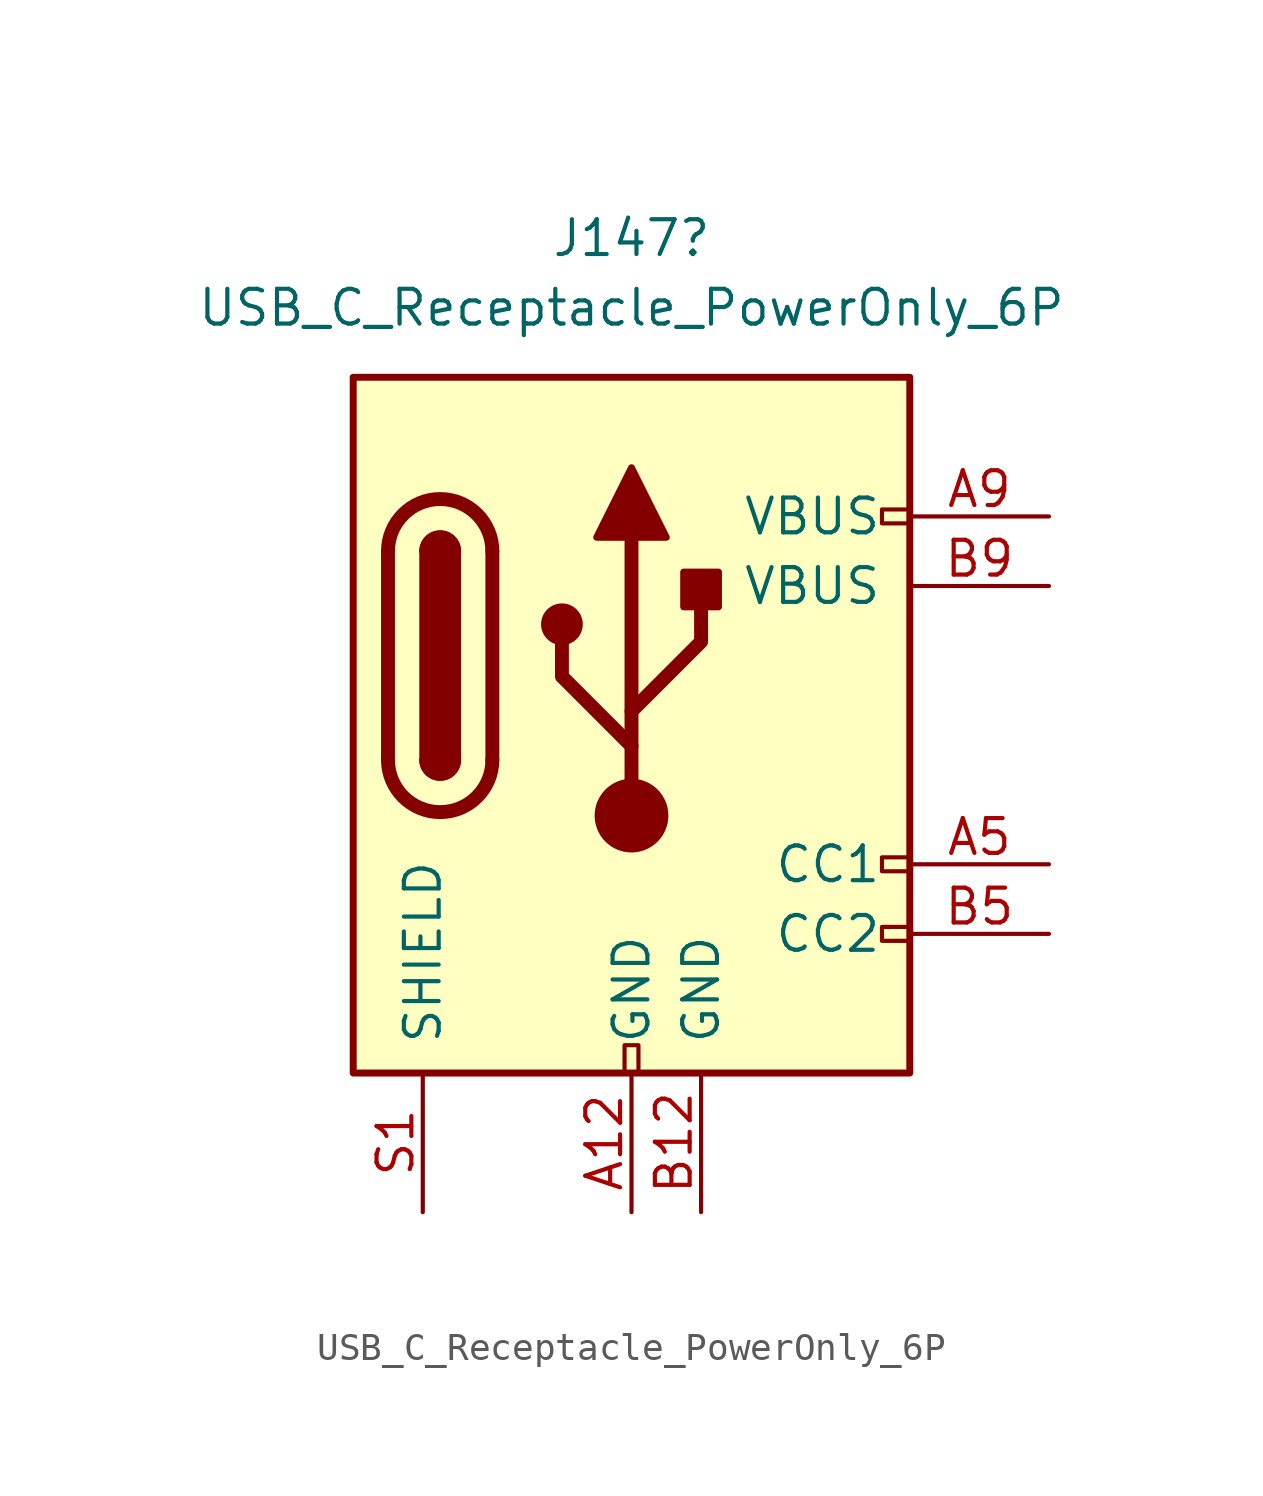
<source format=kicad_sym>
(kicad_symbol_lib
  (version 20211014)
  (generator kicad_symbol_editor)
  (symbol "USB_C_Receptacle_PowerOnly_6P"
    (pin_names
      (offset 1.016))
    (property "Reference" "J147"
      (at 0 17.78 0)
      (effects (font (size 1.27 1.27))))
    (property "Value" "USB_C_Receptacle_PowerOnly_6P"
      (at 0 15.24 0)
      (effects (font (size 1.27 1.27))))
    (symbol "USB_C_Receptacle_PowerOnly_6P_0_0"
      (rectangle (start -0.254 -12.7) (end 0.254 -11.684) (stroke (width 0) (type default) (color 0 0 0 0)) (fill (type none)))
      (rectangle (start 10.16 -7.366) (end 9.144 -7.874) (stroke (width 0) (type default) (color 0 0 0 0)) (fill (type none)))
      (rectangle (start 10.16 -4.826) (end 9.144 -5.334) (stroke (width 0) (type default) (color 0 0 0 0)) (fill (type none)))
      (rectangle (start 10.16 7.874) (end 9.144 7.366) (stroke (width 0) (type default) (color 0 0 0 0)) (fill (type none))))
    (symbol "USB_C_Receptacle_PowerOnly_6P_0_1"
      (rectangle (start -10.16 12.7) (end 10.16 -12.7) (stroke (width 0.254) (type default) (color 0 0 0 0)) (fill (type background)))
      (arc (start -8.89 -1.27) (mid -6.985 -3.175) (end -5.08 -1.27) (stroke (width 0.508) (type default) (color 0 0 0 0)) (fill (type none)))
      (arc (start -7.62 -1.27) (mid -6.985 -1.905) (end -6.35 -1.27) (stroke (width 0.254) (type default) (color 0 0 0 0)) (fill (type none)))
      (arc (start -7.62 -1.27) (mid -6.985 -1.905) (end -6.35 -1.27) (stroke (width 0.254) (type default) (color 0 0 0 0)) (fill (type outline)))
      (rectangle (start -7.62 -1.27) (end -6.35 6.35) (stroke (width 0.254) (type default) (color 0 0 0 0)) (fill (type outline)))
      (arc (start -6.35 6.35) (mid -6.985 6.985) (end -7.62 6.35) (stroke (width 0.254) (type default) (color 0 0 0 0)) (fill (type none)))
      (arc (start -6.35 6.35) (mid -6.985 6.985) (end -7.62 6.35) (stroke (width 0.254) (type default) (color 0 0 0 0)) (fill (type outline)))
      (arc (start -5.08 6.35) (mid -6.985 8.255) (end -8.89 6.35) (stroke (width 0.508) (type default) (color 0 0 0 0)) (fill (type none)))
      (circle (center -2.54 3.683) (radius 0.635) (stroke (width 0.254) (type default) (color 0 0 0 0)) (fill (type outline)))
      (circle (center 0 -3.302) (radius 1.27) (stroke (width 0) (type default) (color 0 0 0 0)) (fill (type outline)))
      (polyline (pts (xy -8.89 -1.27) (xy -8.89 6.35)) (stroke (width 0.508) (type default) (color 0 0 0 0)) (fill (type none)))
      (polyline (pts (xy -5.08 6.35) (xy -5.08 -1.27)) (stroke (width 0.508) (type default) (color 0 0 0 0)) (fill (type none)))
      (polyline (pts (xy 0 -3.302) (xy 0 6.858)) (stroke (width 0.508) (type default) (color 0 0 0 0)) (fill (type none)))
      (polyline (pts (xy 0 -0.762) (xy -2.54 1.778) (xy -2.54 3.048)) (stroke (width 0.508) (type default) (color 0 0 0 0)) (fill (type none)))
      (polyline (pts (xy 0 0.508) (xy 2.54 3.048) (xy 2.54 4.318)) (stroke (width 0.508) (type default) (color 0 0 0 0)) (fill (type none)))
      (polyline (pts (xy -1.27 6.858) (xy 0 9.398) (xy 1.27 6.858) (xy -1.27 6.858)) (stroke (width 0.254) (type default) (color 0 0 0 0)) (fill (type outline)))
      (rectangle (start 1.905 4.318) (end 3.175 5.588) (stroke (width 0.254) (type default) (color 0 0 0 0)) (fill (type outline))))
    (symbol "USB_C_Receptacle_PowerOnly_6P_1_1"
      (pin passive line (at 0 -17.78 90) (length 5.08) (name "GND" (effects (font (size 1.27 1.27)))) (number "A12" (effects (font (size 1.27 1.27)))))
      (pin bidirectional line (at 15.24 -5.08 180) (length 5.08) (name "CC1" (effects (font (size 1.27 1.27)))) (number "A5" (effects (font (size 1.27 1.27)))))
      (pin passive line (at 15.24 7.62 180) (length 5.08) (name "VBUS" (effects (font (size 1.27 1.27)))) (number "A9" (effects (font (size 1.27 1.27)))))
      (pin passive line (at 2.54 -17.78 90) (length 5.08) (name "GND" (effects (font (size 1.27 1.27)))) (number "B12" (effects (font (size 1.27 1.27)))))
      (pin bidirectional line (at 15.24 -7.62 180) (length 5.08) (name "CC2" (effects (font (size 1.27 1.27)))) (number "B5" (effects (font (size 1.27 1.27)))))
      (pin passive line (at 15.24 5.08 180) (length 5.08) (name "VBUS" (effects (font (size 1.27 1.27)))) (number "B9" (effects (font (size 1.27 1.27)))))
      (pin passive line (at -7.62 -17.78 90) (length 5.08) (name "SHIELD" (effects (font (size 1.27 1.27)))) (number "S1" (effects (font (size 1.27 1.27))))))))
</source>
